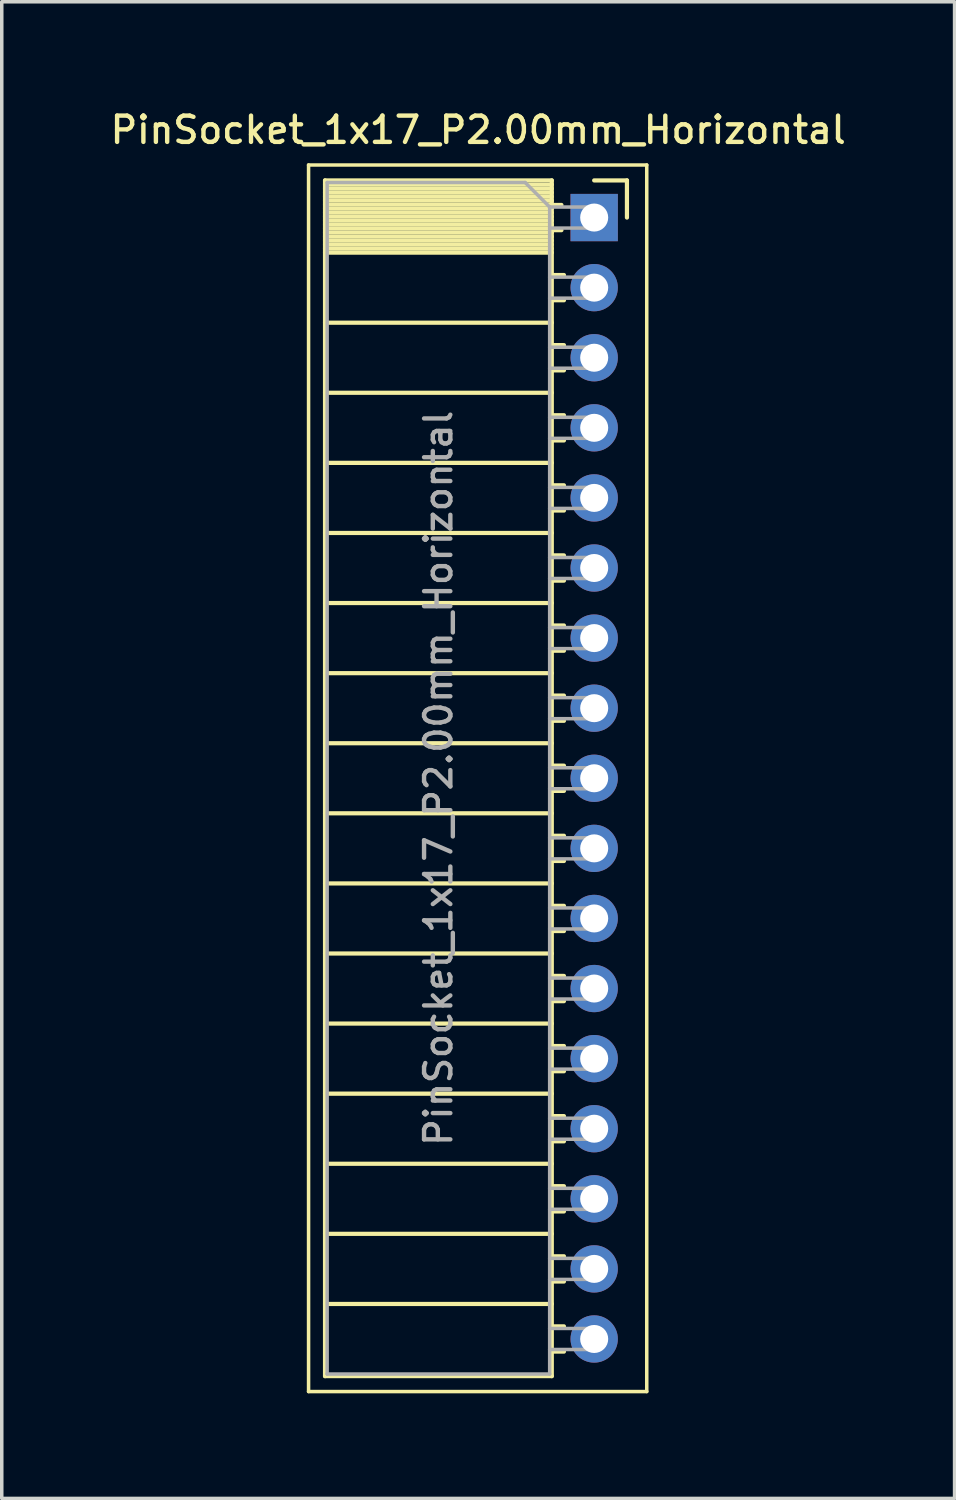
<source format=kicad_pcb>
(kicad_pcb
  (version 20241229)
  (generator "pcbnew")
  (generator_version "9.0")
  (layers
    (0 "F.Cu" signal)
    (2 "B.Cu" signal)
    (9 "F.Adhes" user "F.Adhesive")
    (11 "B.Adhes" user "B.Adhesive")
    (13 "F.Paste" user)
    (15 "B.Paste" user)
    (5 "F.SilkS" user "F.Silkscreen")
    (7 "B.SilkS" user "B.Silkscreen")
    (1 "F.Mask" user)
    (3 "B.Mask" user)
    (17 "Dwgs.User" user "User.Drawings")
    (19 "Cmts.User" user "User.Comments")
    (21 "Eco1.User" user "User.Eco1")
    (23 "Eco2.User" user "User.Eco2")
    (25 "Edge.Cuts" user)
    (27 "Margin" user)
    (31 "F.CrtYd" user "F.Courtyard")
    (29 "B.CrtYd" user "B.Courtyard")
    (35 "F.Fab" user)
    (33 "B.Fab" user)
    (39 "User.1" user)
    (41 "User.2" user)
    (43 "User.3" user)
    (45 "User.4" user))
  (footprint "PinSocket_1x17_P2.00mm_Horizontal"
    (layer "F.Cu")
    (at 13.905 3.158)
    (property "Reference" "PinSocket_1x17_P2.00mm_Horizontal" (at -3.31 -2.5 0) (layer "F.SilkS") (effects (font (size 0.75 0.75) (thickness 0.125))))
    (attr through_hole)
    (fp_line (start -8.15 -1.5) (end -8.15 33.5) (stroke (width 0.1) (type solid)) (layer "F.SilkS"))
    (fp_line (start -8.15 33.5) (end 1.5 33.5) (stroke (width 0.1) (type solid)) (layer "F.SilkS"))
    (fp_line (start -7.68 -1.06) (end -7.68 33.06) (stroke (width 0.12) (type solid)) (layer "F.SilkS"))
    (fp_line (start -7.68 -1.06) (end -1.21 -1.06) (stroke (width 0.12) (type solid)) (layer "F.SilkS"))
    (fp_line (start -7.68 -0.94) (end -1.21 -0.94) (stroke (width 0.12) (type solid)) (layer "F.SilkS"))
    (fp_line (start -7.68 -0.826) (end -1.21 -0.826) (stroke (width 0.12) (type solid)) (layer "F.SilkS"))
    (fp_line (start -7.68 -0.712) (end -1.21 -0.712) (stroke (width 0.12) (type solid)) (layer "F.SilkS"))
    (fp_line (start -7.68 -0.598) (end -1.21 -0.598) (stroke (width 0.12) (type solid)) (layer "F.SilkS"))
    (fp_line (start -7.68 -0.484) (end -1.21 -0.484) (stroke (width 0.12) (type solid)) (layer "F.SilkS"))
    (fp_line (start -7.68 -0.369) (end -1.21 -0.369) (stroke (width 0.12) (type solid)) (layer "F.SilkS"))
    (fp_line (start -7.68 -0.255) (end -1.21 -0.255) (stroke (width 0.12) (type solid)) (layer "F.SilkS"))
    (fp_line (start -7.68 -0.141) (end -1.21 -0.141) (stroke (width 0.12) (type solid)) (layer "F.SilkS"))
    (fp_line (start -7.68 -0.027) (end -1.21 -0.027) (stroke (width 0.12) (type solid)) (layer "F.SilkS"))
    (fp_line (start -7.68 0.087) (end -1.21 0.087) (stroke (width 0.12) (type solid)) (layer "F.SilkS"))
    (fp_line (start -7.68 0.201) (end -1.21 0.201) (stroke (width 0.12) (type solid)) (layer "F.SilkS"))
    (fp_line (start -7.68 0.315) (end -1.21 0.315) (stroke (width 0.12) (type solid)) (layer "F.SilkS"))
    (fp_line (start -7.68 0.429) (end -1.21 0.429) (stroke (width 0.12) (type solid)) (layer "F.SilkS"))
    (fp_line (start -7.68 0.544) (end -1.21 0.544) (stroke (width 0.12) (type solid)) (layer "F.SilkS"))
    (fp_line (start -7.68 0.658) (end -1.21 0.658) (stroke (width 0.12) (type solid)) (layer "F.SilkS"))
    (fp_line (start -7.68 0.772) (end -1.21 0.772) (stroke (width 0.12) (type solid)) (layer "F.SilkS"))
    (fp_line (start -7.68 0.886) (end -1.21 0.886) (stroke (width 0.12) (type solid)) (layer "F.SilkS"))
    (fp_line (start -7.68 1) (end -1.21 1) (stroke (width 0.12) (type solid)) (layer "F.SilkS"))
    (fp_line (start -7.68 3) (end -1.21 3) (stroke (width 0.12) (type solid)) (layer "F.SilkS"))
    (fp_line (start -7.68 5) (end -1.21 5) (stroke (width 0.12) (type solid)) (layer "F.SilkS"))
    (fp_line (start -7.68 7) (end -1.21 7) (stroke (width 0.12) (type solid)) (layer "F.SilkS"))
    (fp_line (start -7.68 9) (end -1.21 9) (stroke (width 0.12) (type solid)) (layer "F.SilkS"))
    (fp_line (start -7.68 11) (end -1.21 11) (stroke (width 0.12) (type solid)) (layer "F.SilkS"))
    (fp_line (start -7.68 13) (end -1.21 13) (stroke (width 0.12) (type solid)) (layer "F.SilkS"))
    (fp_line (start -7.68 15) (end -1.21 15) (stroke (width 0.12) (type solid)) (layer "F.SilkS"))
    (fp_line (start -7.68 17) (end -1.21 17) (stroke (width 0.12) (type solid)) (layer "F.SilkS"))
    (fp_line (start -7.68 19) (end -1.21 19) (stroke (width 0.12) (type solid)) (layer "F.SilkS"))
    (fp_line (start -7.68 21) (end -1.21 21) (stroke (width 0.12) (type solid)) (layer "F.SilkS"))
    (fp_line (start -7.68 23) (end -1.21 23) (stroke (width 0.12) (type solid)) (layer "F.SilkS"))
    (fp_line (start -7.68 25) (end -1.21 25) (stroke (width 0.12) (type solid)) (layer "F.SilkS"))
    (fp_line (start -7.68 27) (end -1.21 27) (stroke (width 0.12) (type solid)) (layer "F.SilkS"))
    (fp_line (start -7.68 29) (end -1.21 29) (stroke (width 0.12) (type solid)) (layer "F.SilkS"))
    (fp_line (start -7.68 31) (end -1.21 31) (stroke (width 0.12) (type solid)) (layer "F.SilkS"))
    (fp_line (start -7.68 33.06) (end -1.21 33.06) (stroke (width 0.12) (type solid)) (layer "F.SilkS"))
    (fp_line (start -1.21 -1.06) (end -1.21 33.06) (stroke (width 0.12) (type solid)) (layer "F.SilkS"))
    (fp_line (start -1.21 -0.36) (end -0.935 -0.36) (stroke (width 0.12) (type solid)) (layer "F.SilkS"))
    (fp_line (start -1.21 0.36) (end -0.935 0.36) (stroke (width 0.12) (type solid)) (layer "F.SilkS"))
    (fp_line (start -1.21 1.64) (end -0.863 1.64) (stroke (width 0.12) (type solid)) (layer "F.SilkS"))
    (fp_line (start -1.21 2.36) (end -0.863 2.36) (stroke (width 0.12) (type solid)) (layer "F.SilkS"))
    (fp_line (start -1.21 3.64) (end -0.863 3.64) (stroke (width 0.12) (type solid)) (layer "F.SilkS"))
    (fp_line (start -1.21 4.36) (end -0.863 4.36) (stroke (width 0.12) (type solid)) (layer "F.SilkS"))
    (fp_line (start -1.21 5.64) (end -0.863 5.64) (stroke (width 0.12) (type solid)) (layer "F.SilkS"))
    (fp_line (start -1.21 6.36) (end -0.863 6.36) (stroke (width 0.12) (type solid)) (layer "F.SilkS"))
    (fp_line (start -1.21 7.64) (end -0.863 7.64) (stroke (width 0.12) (type solid)) (layer "F.SilkS"))
    (fp_line (start -1.21 8.36) (end -0.863 8.36) (stroke (width 0.12) (type solid)) (layer "F.SilkS"))
    (fp_line (start -1.21 9.64) (end -0.863 9.64) (stroke (width 0.12) (type solid)) (layer "F.SilkS"))
    (fp_line (start -1.21 10.36) (end -0.863 10.36) (stroke (width 0.12) (type solid)) (layer "F.SilkS"))
    (fp_line (start -1.21 11.64) (end -0.863 11.64) (stroke (width 0.12) (type solid)) (layer "F.SilkS"))
    (fp_line (start -1.21 12.36) (end -0.863 12.36) (stroke (width 0.12) (type solid)) (layer "F.SilkS"))
    (fp_line (start -1.21 13.64) (end -0.863 13.64) (stroke (width 0.12) (type solid)) (layer "F.SilkS"))
    (fp_line (start -1.21 14.36) (end -0.863 14.36) (stroke (width 0.12) (type solid)) (layer "F.SilkS"))
    (fp_line (start -1.21 15.64) (end -0.863 15.64) (stroke (width 0.12) (type solid)) (layer "F.SilkS"))
    (fp_line (start -1.21 16.36) (end -0.863 16.36) (stroke (width 0.12) (type solid)) (layer "F.SilkS"))
    (fp_line (start -1.21 17.64) (end -0.863 17.64) (stroke (width 0.12) (type solid)) (layer "F.SilkS"))
    (fp_line (start -1.21 18.36) (end -0.863 18.36) (stroke (width 0.12) (type solid)) (layer "F.SilkS"))
    (fp_line (start -1.21 19.64) (end -0.863 19.64) (stroke (width 0.12) (type solid)) (layer "F.SilkS"))
    (fp_line (start -1.21 20.36) (end -0.863 20.36) (stroke (width 0.12) (type solid)) (layer "F.SilkS"))
    (fp_line (start -1.21 21.64) (end -0.863 21.64) (stroke (width 0.12) (type solid)) (layer "F.SilkS"))
    (fp_line (start -1.21 22.36) (end -0.863 22.36) (stroke (width 0.12) (type solid)) (layer "F.SilkS"))
    (fp_line (start -1.21 23.64) (end -0.863 23.64) (stroke (width 0.12) (type solid)) (layer "F.SilkS"))
    (fp_line (start -1.21 24.36) (end -0.863 24.36) (stroke (width 0.12) (type solid)) (layer "F.SilkS"))
    (fp_line (start -1.21 25.64) (end -0.863 25.64) (stroke (width 0.12) (type solid)) (layer "F.SilkS"))
    (fp_line (start -1.21 26.36) (end -0.863 26.36) (stroke (width 0.12) (type solid)) (layer "F.SilkS"))
    (fp_line (start -1.21 27.64) (end -0.863 27.64) (stroke (width 0.12) (type solid)) (layer "F.SilkS"))
    (fp_line (start -1.21 28.36) (end -0.863 28.36) (stroke (width 0.12) (type solid)) (layer "F.SilkS"))
    (fp_line (start -1.21 29.64) (end -0.863 29.64) (stroke (width 0.12) (type solid)) (layer "F.SilkS"))
    (fp_line (start -1.21 30.36) (end -0.863 30.36) (stroke (width 0.12) (type solid)) (layer "F.SilkS"))
    (fp_line (start -1.21 31.64) (end -0.863 31.64) (stroke (width 0.12) (type solid)) (layer "F.SilkS"))
    (fp_line (start -1.21 32.36) (end -0.863 32.36) (stroke (width 0.12) (type solid)) (layer "F.SilkS"))
    (fp_line (start 0 -1.06) (end 0.935 -1.06) (stroke (width 0.12) (type solid)) (layer "F.SilkS"))
    (fp_line (start 0.935 -1.06) (end 0.935 0) (stroke (width 0.12) (type solid)) (layer "F.SilkS"))
    (fp_line (start 1.5 -1.5) (end -8.15 -1.5) (stroke (width 0.1) (type solid)) (layer "F.SilkS"))
    (fp_line (start 1.5 33.5) (end 1.5 -1.5) (stroke (width 0.1) (type solid)) (layer "F.SilkS"))
    (fp_line (start -7.62 -1) (end -1.97 -1) (stroke (width 0.1) (type solid)) (layer "F.Fab"))
    (fp_line (start -7.62 33) (end -7.62 -1) (stroke (width 0.1) (type solid)) (layer "F.Fab"))
    (fp_line (start -1.97 -1) (end -1.27 -0.3) (stroke (width 0.1) (type solid)) (layer "F.Fab"))
    (fp_line (start -1.27 -0.3) (end -1.27 33) (stroke (width 0.1) (type solid)) (layer "F.Fab"))
    (fp_line (start -1.27 0.3) (end 0 0.3) (stroke (width 0.1) (type solid)) (layer "F.Fab"))
    (fp_line (start -1.27 2.3) (end 0 2.3) (stroke (width 0.1) (type solid)) (layer "F.Fab"))
    (fp_line (start -1.27 4.3) (end 0 4.3) (stroke (width 0.1) (type solid)) (layer "F.Fab"))
    (fp_line (start -1.27 6.3) (end 0 6.3) (stroke (width 0.1) (type solid)) (layer "F.Fab"))
    (fp_line (start -1.27 8.3) (end 0 8.3) (stroke (width 0.1) (type solid)) (layer "F.Fab"))
    (fp_line (start -1.27 10.3) (end 0 10.3) (stroke (width 0.1) (type solid)) (layer "F.Fab"))
    (fp_line (start -1.27 12.3) (end 0 12.3) (stroke (width 0.1) (type solid)) (layer "F.Fab"))
    (fp_line (start -1.27 14.3) (end 0 14.3) (stroke (width 0.1) (type solid)) (layer "F.Fab"))
    (fp_line (start -1.27 16.3) (end 0 16.3) (stroke (width 0.1) (type solid)) (layer "F.Fab"))
    (fp_line (start -1.27 18.3) (end 0 18.3) (stroke (width 0.1) (type solid)) (layer "F.Fab"))
    (fp_line (start -1.27 20.3) (end 0 20.3) (stroke (width 0.1) (type solid)) (layer "F.Fab"))
    (fp_line (start -1.27 22.3) (end 0 22.3) (stroke (width 0.1) (type solid)) (layer "F.Fab"))
    (fp_line (start -1.27 24.3) (end 0 24.3) (stroke (width 0.1) (type solid)) (layer "F.Fab"))
    (fp_line (start -1.27 26.3) (end 0 26.3) (stroke (width 0.1) (type solid)) (layer "F.Fab"))
    (fp_line (start -1.27 28.3) (end 0 28.3) (stroke (width 0.1) (type solid)) (layer "F.Fab"))
    (fp_line (start -1.27 30.3) (end 0 30.3) (stroke (width 0.1) (type solid)) (layer "F.Fab"))
    (fp_line (start -1.27 32.3) (end 0 32.3) (stroke (width 0.1) (type solid)) (layer "F.Fab"))
    (fp_line (start -1.27 33) (end -7.62 33) (stroke (width 0.1) (type solid)) (layer "F.Fab"))
    (fp_line (start 0 -0.3) (end -1.27 -0.3) (stroke (width 0.1) (type solid)) (layer "F.Fab"))
    (fp_line (start 0 0.3) (end 0 -0.3) (stroke (width 0.1) (type solid)) (layer "F.Fab"))
    (fp_line (start 0 1.7) (end -1.27 1.7) (stroke (width 0.1) (type solid)) (layer "F.Fab"))
    (fp_line (start 0 2.3) (end 0 1.7) (stroke (width 0.1) (type solid)) (layer "F.Fab"))
    (fp_line (start 0 3.7) (end -1.27 3.7) (stroke (width 0.1) (type solid)) (layer "F.Fab"))
    (fp_line (start 0 4.3) (end 0 3.7) (stroke (width 0.1) (type solid)) (layer "F.Fab"))
    (fp_line (start 0 5.7) (end -1.27 5.7) (stroke (width 0.1) (type solid)) (layer "F.Fab"))
    (fp_line (start 0 6.3) (end 0 5.7) (stroke (width 0.1) (type solid)) (layer "F.Fab"))
    (fp_line (start 0 7.7) (end -1.27 7.7) (stroke (width 0.1) (type solid)) (layer "F.Fab"))
    (fp_line (start 0 8.3) (end 0 7.7) (stroke (width 0.1) (type solid)) (layer "F.Fab"))
    (fp_line (start 0 9.7) (end -1.27 9.7) (stroke (width 0.1) (type solid)) (layer "F.Fab"))
    (fp_line (start 0 10.3) (end 0 9.7) (stroke (width 0.1) (type solid)) (layer "F.Fab"))
    (fp_line (start 0 11.7) (end -1.27 11.7) (stroke (width 0.1) (type solid)) (layer "F.Fab"))
    (fp_line (start 0 12.3) (end 0 11.7) (stroke (width 0.1) (type solid)) (layer "F.Fab"))
    (fp_line (start 0 13.7) (end -1.27 13.7) (stroke (width 0.1) (type solid)) (layer "F.Fab"))
    (fp_line (start 0 14.3) (end 0 13.7) (stroke (width 0.1) (type solid)) (layer "F.Fab"))
    (fp_line (start 0 15.7) (end -1.27 15.7) (stroke (width 0.1) (type solid)) (layer "F.Fab"))
    (fp_line (start 0 16.3) (end 0 15.7) (stroke (width 0.1) (type solid)) (layer "F.Fab"))
    (fp_line (start 0 17.7) (end -1.27 17.7) (stroke (width 0.1) (type solid)) (layer "F.Fab"))
    (fp_line (start 0 18.3) (end 0 17.7) (stroke (width 0.1) (type solid)) (layer "F.Fab"))
    (fp_line (start 0 19.7) (end -1.27 19.7) (stroke (width 0.1) (type solid)) (layer "F.Fab"))
    (fp_line (start 0 20.3) (end 0 19.7) (stroke (width 0.1) (type solid)) (layer "F.Fab"))
    (fp_line (start 0 21.7) (end -1.27 21.7) (stroke (width 0.1) (type solid)) (layer "F.Fab"))
    (fp_line (start 0 22.3) (end 0 21.7) (stroke (width 0.1) (type solid)) (layer "F.Fab"))
    (fp_line (start 0 23.7) (end -1.27 23.7) (stroke (width 0.1) (type solid)) (layer "F.Fab"))
    (fp_line (start 0 24.3) (end 0 23.7) (stroke (width 0.1) (type solid)) (layer "F.Fab"))
    (fp_line (start 0 25.7) (end -1.27 25.7) (stroke (width 0.1) (type solid)) (layer "F.Fab"))
    (fp_line (start 0 26.3) (end 0 25.7) (stroke (width 0.1) (type solid)) (layer "F.Fab"))
    (fp_line (start 0 27.7) (end -1.27 27.7) (stroke (width 0.1) (type solid)) (layer "F.Fab"))
    (fp_line (start 0 28.3) (end 0 27.7) (stroke (width 0.1) (type solid)) (layer "F.Fab"))
    (fp_line (start 0 29.7) (end -1.27 29.7) (stroke (width 0.1) (type solid)) (layer "F.Fab"))
    (fp_line (start 0 30.3) (end 0 29.7) (stroke (width 0.1) (type solid)) (layer "F.Fab"))
    (fp_line (start 0 31.7) (end -1.27 31.7) (stroke (width 0.1) (type solid)) (layer "F.Fab"))
    (fp_line (start 0 32.3) (end 0 31.7) (stroke (width 0.1) (type solid)) (layer "F.Fab"))
    (fp_text user "${REFERENCE}" (at -4.445 16 90) (layer "F.Fab") (effects (font (size 0.75 0.75) (thickness 0.125))))
    (pad "1" thru_hole rect (at 0 0) (size 1.35 1.35) (drill 0.8) (layers "*.Cu" "*.Mask"))
    (pad "2" thru_hole oval (at 0 2) (size 1.35 1.35) (drill 0.8) (layers "*.Cu" "*.Mask"))
    (pad "3" thru_hole oval (at 0 4) (size 1.35 1.35) (drill 0.8) (layers "*.Cu" "*.Mask"))
    (pad "4" thru_hole oval (at 0 6) (size 1.35 1.35) (drill 0.8) (layers "*.Cu" "*.Mask"))
    (pad "5" thru_hole oval (at 0 8) (size 1.35 1.35) (drill 0.8) (layers "*.Cu" "*.Mask"))
    (pad "6" thru_hole oval (at 0 10) (size 1.35 1.35) (drill 0.8) (layers "*.Cu" "*.Mask"))
    (pad "7" thru_hole oval (at 0 12) (size 1.35 1.35) (drill 0.8) (layers "*.Cu" "*.Mask"))
    (pad "8" thru_hole oval (at 0 14) (size 1.35 1.35) (drill 0.8) (layers "*.Cu" "*.Mask"))
    (pad "9" thru_hole oval (at 0 16) (size 1.35 1.35) (drill 0.8) (layers "*.Cu" "*.Mask"))
    (pad "10" thru_hole oval (at 0 18) (size 1.35 1.35) (drill 0.8) (layers "*.Cu" "*.Mask"))
    (pad "11" thru_hole oval (at 0 20) (size 1.35 1.35) (drill 0.8) (layers "*.Cu" "*.Mask"))
    (pad "12" thru_hole oval (at 0 22) (size 1.35 1.35) (drill 0.8) (layers "*.Cu" "*.Mask"))
    (pad "13" thru_hole oval (at 0 24) (size 1.35 1.35) (drill 0.8) (layers "*.Cu" "*.Mask"))
    (pad "14" thru_hole oval (at 0 26) (size 1.35 1.35) (drill 0.8) (layers "*.Cu" "*.Mask"))
    (pad "15" thru_hole oval (at 0 28) (size 1.35 1.35) (drill 0.8) (layers "*.Cu" "*.Mask"))
    (pad "16" thru_hole oval (at 0 30) (size 1.35 1.35) (drill 0.8) (layers "*.Cu" "*.Mask"))
    (pad "17" thru_hole oval (at 0 32) (size 1.35 1.35) (drill 0.8) (layers "*.Cu" "*.Mask")))
  (gr_rect
    (start -3 -3)
    (end 24.189 39.708)
    (stroke (width 0.1) (type default))
    (fill no)
    (layer "Edge.Cuts")))
</source>
